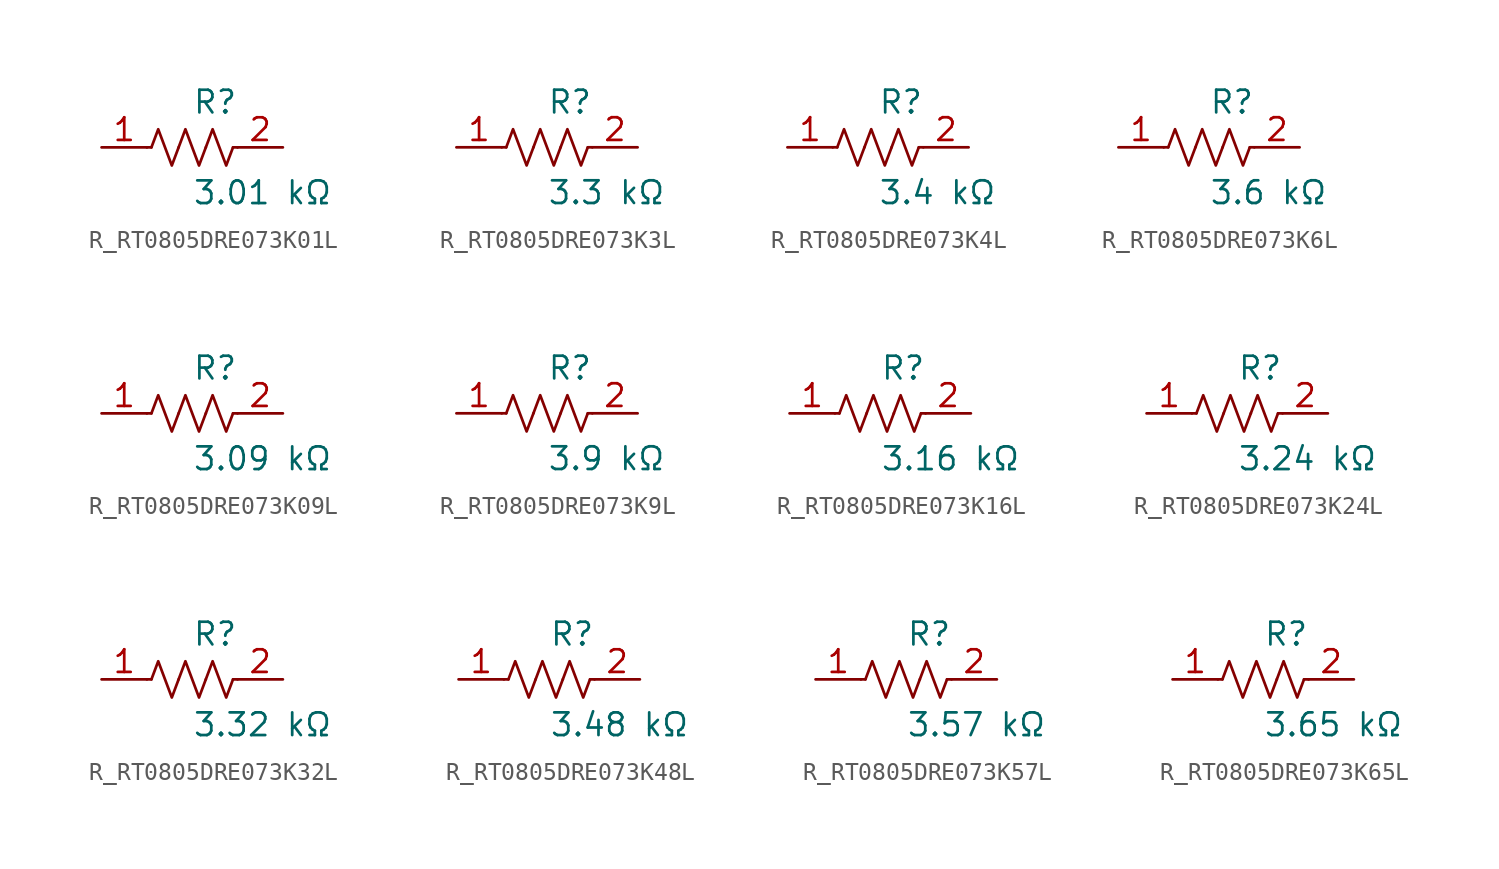
<source format=kicad_sym>
(kicad_symbol_lib
  (version 20231120)
  (generator kicad_symbol_editor)
  (generator_version 8.0)
  (symbol "R_RT0805DRE073K01L"
    (pin_names
      (offset 0.254))
    (property "Reference" "R"
      (at 0 2.54 0)
      (effects (font (size 1.27 1.27)) (justify left)))
    (property "Value" "3.01 kΩ"
      (at 0 -2.54 0)
      (effects (font (size 1.27 1.27)) (justify left)))
    (symbol "R_RT0805DRE073K01L_0_1"
      (polyline (pts (xy 2.286 0) (xy 2.54 0)) (stroke (width 0) (type default)) (fill (type none)))
      (polyline (pts (xy -2.286 0) (xy -2.54 0)) (stroke (width 0) (type default)) (fill (type none)))
      (polyline (pts (xy 0.762 0) (xy 1.143 1.016) (xy 1.524 0) (xy 1.905 -1.016) (xy 2.286 0)) (stroke (width 0) (type default)) (fill (type none)))
      (polyline (pts (xy -0.762 0) (xy -0.381 1.016) (xy 0 0) (xy 0.381 -1.016) (xy 0.762 0)) (stroke (width 0) (type default)) (fill (type none)))
      (polyline (pts (xy -2.286 0) (xy -1.905 1.016) (xy -1.524 0) (xy -1.143 -1.016) (xy -0.762 0)) (stroke (width 0) (type default)) (fill (type none))))
    (pin passive line
      (at -5.08 0 0)
      (length 2.54)
      (name "" (effects (font (size 1.27 1.27))))
      (number "1" (effects (font (size 1.27 1.27)))))
    (pin passive line
      (at 5.08 0 180)
      (length 2.54)
      (name "" (effects (font (size 1.27 1.27))))
      (number "2" (effects (font (size 1.27 1.27))))))
  (symbol "R_RT0805DRE073K3L"
    (pin_names
      (offset 0.254))
    (property "Reference" "R"
      (at 0 2.54 0)
      (effects (font (size 1.27 1.27)) (justify left)))
    (property "Value" "3.3 kΩ"
      (at 0 -2.54 0)
      (effects (font (size 1.27 1.27)) (justify left)))
    (symbol "R_RT0805DRE073K3L_0_1"
      (polyline (pts (xy 2.286 0) (xy 2.54 0)) (stroke (width 0) (type default)) (fill (type none)))
      (polyline (pts (xy -2.286 0) (xy -2.54 0)) (stroke (width 0) (type default)) (fill (type none)))
      (polyline (pts (xy 0.762 0) (xy 1.143 1.016) (xy 1.524 0) (xy 1.905 -1.016) (xy 2.286 0)) (stroke (width 0) (type default)) (fill (type none)))
      (polyline (pts (xy -0.762 0) (xy -0.381 1.016) (xy 0 0) (xy 0.381 -1.016) (xy 0.762 0)) (stroke (width 0) (type default)) (fill (type none)))
      (polyline (pts (xy -2.286 0) (xy -1.905 1.016) (xy -1.524 0) (xy -1.143 -1.016) (xy -0.762 0)) (stroke (width 0) (type default)) (fill (type none))))
    (pin passive line
      (at -5.08 0 0)
      (length 2.54)
      (name "" (effects (font (size 1.27 1.27))))
      (number "1" (effects (font (size 1.27 1.27)))))
    (pin passive line
      (at 5.08 0 180)
      (length 2.54)
      (name "" (effects (font (size 1.27 1.27))))
      (number "2" (effects (font (size 1.27 1.27))))))
  (symbol "R_RT0805DRE073K4L"
    (pin_names
      (offset 0.254))
    (property "Reference" "R"
      (at 0 2.54 0)
      (effects (font (size 1.27 1.27)) (justify left)))
    (property "Value" "3.4 kΩ"
      (at 0 -2.54 0)
      (effects (font (size 1.27 1.27)) (justify left)))
    (symbol "R_RT0805DRE073K4L_0_1"
      (polyline (pts (xy 2.286 0) (xy 2.54 0)) (stroke (width 0) (type default)) (fill (type none)))
      (polyline (pts (xy -2.286 0) (xy -2.54 0)) (stroke (width 0) (type default)) (fill (type none)))
      (polyline (pts (xy 0.762 0) (xy 1.143 1.016) (xy 1.524 0) (xy 1.905 -1.016) (xy 2.286 0)) (stroke (width 0) (type default)) (fill (type none)))
      (polyline (pts (xy -0.762 0) (xy -0.381 1.016) (xy 0 0) (xy 0.381 -1.016) (xy 0.762 0)) (stroke (width 0) (type default)) (fill (type none)))
      (polyline (pts (xy -2.286 0) (xy -1.905 1.016) (xy -1.524 0) (xy -1.143 -1.016) (xy -0.762 0)) (stroke (width 0) (type default)) (fill (type none))))
    (pin passive line
      (at -5.08 0 0)
      (length 2.54)
      (name "" (effects (font (size 1.27 1.27))))
      (number "1" (effects (font (size 1.27 1.27)))))
    (pin passive line
      (at 5.08 0 180)
      (length 2.54)
      (name "" (effects (font (size 1.27 1.27))))
      (number "2" (effects (font (size 1.27 1.27))))))
  (symbol "R_RT0805DRE073K6L"
    (pin_names
      (offset 0.254))
    (property "Reference" "R"
      (at 0 2.54 0)
      (effects (font (size 1.27 1.27)) (justify left)))
    (property "Value" "3.6 kΩ"
      (at 0 -2.54 0)
      (effects (font (size 1.27 1.27)) (justify left)))
    (symbol "R_RT0805DRE073K6L_0_1"
      (polyline (pts (xy 2.286 0) (xy 2.54 0)) (stroke (width 0) (type default)) (fill (type none)))
      (polyline (pts (xy -2.286 0) (xy -2.54 0)) (stroke (width 0) (type default)) (fill (type none)))
      (polyline (pts (xy 0.762 0) (xy 1.143 1.016) (xy 1.524 0) (xy 1.905 -1.016) (xy 2.286 0)) (stroke (width 0) (type default)) (fill (type none)))
      (polyline (pts (xy -0.762 0) (xy -0.381 1.016) (xy 0 0) (xy 0.381 -1.016) (xy 0.762 0)) (stroke (width 0) (type default)) (fill (type none)))
      (polyline (pts (xy -2.286 0) (xy -1.905 1.016) (xy -1.524 0) (xy -1.143 -1.016) (xy -0.762 0)) (stroke (width 0) (type default)) (fill (type none))))
    (pin passive line
      (at -5.08 0 0)
      (length 2.54)
      (name "" (effects (font (size 1.27 1.27))))
      (number "1" (effects (font (size 1.27 1.27)))))
    (pin passive line
      (at 5.08 0 180)
      (length 2.54)
      (name "" (effects (font (size 1.27 1.27))))
      (number "2" (effects (font (size 1.27 1.27))))))
  (symbol "R_RT0805DRE073K09L"
    (pin_names
      (offset 0.254))
    (property "Reference" "R"
      (at 0 2.54 0)
      (effects (font (size 1.27 1.27)) (justify left)))
    (property "Value" "3.09 kΩ"
      (at 0 -2.54 0)
      (effects (font (size 1.27 1.27)) (justify left)))
    (symbol "R_RT0805DRE073K09L_0_1"
      (polyline (pts (xy 2.286 0) (xy 2.54 0)) (stroke (width 0) (type default)) (fill (type none)))
      (polyline (pts (xy -2.286 0) (xy -2.54 0)) (stroke (width 0) (type default)) (fill (type none)))
      (polyline (pts (xy 0.762 0) (xy 1.143 1.016) (xy 1.524 0) (xy 1.905 -1.016) (xy 2.286 0)) (stroke (width 0) (type default)) (fill (type none)))
      (polyline (pts (xy -0.762 0) (xy -0.381 1.016) (xy 0 0) (xy 0.381 -1.016) (xy 0.762 0)) (stroke (width 0) (type default)) (fill (type none)))
      (polyline (pts (xy -2.286 0) (xy -1.905 1.016) (xy -1.524 0) (xy -1.143 -1.016) (xy -0.762 0)) (stroke (width 0) (type default)) (fill (type none))))
    (pin passive line
      (at -5.08 0 0)
      (length 2.54)
      (name "" (effects (font (size 1.27 1.27))))
      (number "1" (effects (font (size 1.27 1.27)))))
    (pin passive line
      (at 5.08 0 180)
      (length 2.54)
      (name "" (effects (font (size 1.27 1.27))))
      (number "2" (effects (font (size 1.27 1.27))))))
  (symbol "R_RT0805DRE073K9L"
    (pin_names
      (offset 0.254))
    (property "Reference" "R"
      (at 0 2.54 0)
      (effects (font (size 1.27 1.27)) (justify left)))
    (property "Value" "3.9 kΩ"
      (at 0 -2.54 0)
      (effects (font (size 1.27 1.27)) (justify left)))
    (symbol "R_RT0805DRE073K9L_0_1"
      (polyline (pts (xy 2.286 0) (xy 2.54 0)) (stroke (width 0) (type default)) (fill (type none)))
      (polyline (pts (xy -2.286 0) (xy -2.54 0)) (stroke (width 0) (type default)) (fill (type none)))
      (polyline (pts (xy 0.762 0) (xy 1.143 1.016) (xy 1.524 0) (xy 1.905 -1.016) (xy 2.286 0)) (stroke (width 0) (type default)) (fill (type none)))
      (polyline (pts (xy -0.762 0) (xy -0.381 1.016) (xy 0 0) (xy 0.381 -1.016) (xy 0.762 0)) (stroke (width 0) (type default)) (fill (type none)))
      (polyline (pts (xy -2.286 0) (xy -1.905 1.016) (xy -1.524 0) (xy -1.143 -1.016) (xy -0.762 0)) (stroke (width 0) (type default)) (fill (type none))))
    (pin passive line
      (at -5.08 0 0)
      (length 2.54)
      (name "" (effects (font (size 1.27 1.27))))
      (number "1" (effects (font (size 1.27 1.27)))))
    (pin passive line
      (at 5.08 0 180)
      (length 2.54)
      (name "" (effects (font (size 1.27 1.27))))
      (number "2" (effects (font (size 1.27 1.27))))))
  (symbol "R_RT0805DRE073K16L"
    (pin_names
      (offset 0.254))
    (property "Reference" "R"
      (at 0 2.54 0)
      (effects (font (size 1.27 1.27)) (justify left)))
    (property "Value" "3.16 kΩ"
      (at 0 -2.54 0)
      (effects (font (size 1.27 1.27)) (justify left)))
    (symbol "R_RT0805DRE073K16L_0_1"
      (polyline (pts (xy 2.286 0) (xy 2.54 0)) (stroke (width 0) (type default)) (fill (type none)))
      (polyline (pts (xy -2.286 0) (xy -2.54 0)) (stroke (width 0) (type default)) (fill (type none)))
      (polyline (pts (xy 0.762 0) (xy 1.143 1.016) (xy 1.524 0) (xy 1.905 -1.016) (xy 2.286 0)) (stroke (width 0) (type default)) (fill (type none)))
      (polyline (pts (xy -0.762 0) (xy -0.381 1.016) (xy 0 0) (xy 0.381 -1.016) (xy 0.762 0)) (stroke (width 0) (type default)) (fill (type none)))
      (polyline (pts (xy -2.286 0) (xy -1.905 1.016) (xy -1.524 0) (xy -1.143 -1.016) (xy -0.762 0)) (stroke (width 0) (type default)) (fill (type none))))
    (pin passive line
      (at -5.08 0 0)
      (length 2.54)
      (name "" (effects (font (size 1.27 1.27))))
      (number "1" (effects (font (size 1.27 1.27)))))
    (pin passive line
      (at 5.08 0 180)
      (length 2.54)
      (name "" (effects (font (size 1.27 1.27))))
      (number "2" (effects (font (size 1.27 1.27))))))
  (symbol "R_RT0805DRE073K24L"
    (pin_names
      (offset 0.254))
    (property "Reference" "R"
      (at 0 2.54 0)
      (effects (font (size 1.27 1.27)) (justify left)))
    (property "Value" "3.24 kΩ"
      (at 0 -2.54 0)
      (effects (font (size 1.27 1.27)) (justify left)))
    (symbol "R_RT0805DRE073K24L_0_1"
      (polyline (pts (xy 2.286 0) (xy 2.54 0)) (stroke (width 0) (type default)) (fill (type none)))
      (polyline (pts (xy -2.286 0) (xy -2.54 0)) (stroke (width 0) (type default)) (fill (type none)))
      (polyline (pts (xy 0.762 0) (xy 1.143 1.016) (xy 1.524 0) (xy 1.905 -1.016) (xy 2.286 0)) (stroke (width 0) (type default)) (fill (type none)))
      (polyline (pts (xy -0.762 0) (xy -0.381 1.016) (xy 0 0) (xy 0.381 -1.016) (xy 0.762 0)) (stroke (width 0) (type default)) (fill (type none)))
      (polyline (pts (xy -2.286 0) (xy -1.905 1.016) (xy -1.524 0) (xy -1.143 -1.016) (xy -0.762 0)) (stroke (width 0) (type default)) (fill (type none))))
    (pin passive line
      (at -5.08 0 0)
      (length 2.54)
      (name "" (effects (font (size 1.27 1.27))))
      (number "1" (effects (font (size 1.27 1.27)))))
    (pin passive line
      (at 5.08 0 180)
      (length 2.54)
      (name "" (effects (font (size 1.27 1.27))))
      (number "2" (effects (font (size 1.27 1.27))))))
  (symbol "R_RT0805DRE073K32L"
    (pin_names
      (offset 0.254))
    (property "Reference" "R"
      (at 0 2.54 0)
      (effects (font (size 1.27 1.27)) (justify left)))
    (property "Value" "3.32 kΩ"
      (at 0 -2.54 0)
      (effects (font (size 1.27 1.27)) (justify left)))
    (symbol "R_RT0805DRE073K32L_0_1"
      (polyline (pts (xy 2.286 0) (xy 2.54 0)) (stroke (width 0) (type default)) (fill (type none)))
      (polyline (pts (xy -2.286 0) (xy -2.54 0)) (stroke (width 0) (type default)) (fill (type none)))
      (polyline (pts (xy 0.762 0) (xy 1.143 1.016) (xy 1.524 0) (xy 1.905 -1.016) (xy 2.286 0)) (stroke (width 0) (type default)) (fill (type none)))
      (polyline (pts (xy -0.762 0) (xy -0.381 1.016) (xy 0 0) (xy 0.381 -1.016) (xy 0.762 0)) (stroke (width 0) (type default)) (fill (type none)))
      (polyline (pts (xy -2.286 0) (xy -1.905 1.016) (xy -1.524 0) (xy -1.143 -1.016) (xy -0.762 0)) (stroke (width 0) (type default)) (fill (type none))))
    (pin passive line
      (at -5.08 0 0)
      (length 2.54)
      (name "" (effects (font (size 1.27 1.27))))
      (number "1" (effects (font (size 1.27 1.27)))))
    (pin passive line
      (at 5.08 0 180)
      (length 2.54)
      (name "" (effects (font (size 1.27 1.27))))
      (number "2" (effects (font (size 1.27 1.27))))))
  (symbol "R_RT0805DRE073K48L"
    (pin_names
      (offset 0.254))
    (property "Reference" "R"
      (at 0 2.54 0)
      (effects (font (size 1.27 1.27)) (justify left)))
    (property "Value" "3.48 kΩ"
      (at 0 -2.54 0)
      (effects (font (size 1.27 1.27)) (justify left)))
    (symbol "R_RT0805DRE073K48L_0_1"
      (polyline (pts (xy 2.286 0) (xy 2.54 0)) (stroke (width 0) (type default)) (fill (type none)))
      (polyline (pts (xy -2.286 0) (xy -2.54 0)) (stroke (width 0) (type default)) (fill (type none)))
      (polyline (pts (xy 0.762 0) (xy 1.143 1.016) (xy 1.524 0) (xy 1.905 -1.016) (xy 2.286 0)) (stroke (width 0) (type default)) (fill (type none)))
      (polyline (pts (xy -0.762 0) (xy -0.381 1.016) (xy 0 0) (xy 0.381 -1.016) (xy 0.762 0)) (stroke (width 0) (type default)) (fill (type none)))
      (polyline (pts (xy -2.286 0) (xy -1.905 1.016) (xy -1.524 0) (xy -1.143 -1.016) (xy -0.762 0)) (stroke (width 0) (type default)) (fill (type none))))
    (pin passive line
      (at -5.08 0 0)
      (length 2.54)
      (name "" (effects (font (size 1.27 1.27))))
      (number "1" (effects (font (size 1.27 1.27)))))
    (pin passive line
      (at 5.08 0 180)
      (length 2.54)
      (name "" (effects (font (size 1.27 1.27))))
      (number "2" (effects (font (size 1.27 1.27))))))
  (symbol "R_RT0805DRE073K57L"
    (pin_names
      (offset 0.254))
    (property "Reference" "R"
      (at 0 2.54 0)
      (effects (font (size 1.27 1.27)) (justify left)))
    (property "Value" "3.57 kΩ"
      (at 0 -2.54 0)
      (effects (font (size 1.27 1.27)) (justify left)))
    (symbol "R_RT0805DRE073K57L_0_1"
      (polyline (pts (xy 2.286 0) (xy 2.54 0)) (stroke (width 0) (type default)) (fill (type none)))
      (polyline (pts (xy -2.286 0) (xy -2.54 0)) (stroke (width 0) (type default)) (fill (type none)))
      (polyline (pts (xy 0.762 0) (xy 1.143 1.016) (xy 1.524 0) (xy 1.905 -1.016) (xy 2.286 0)) (stroke (width 0) (type default)) (fill (type none)))
      (polyline (pts (xy -0.762 0) (xy -0.381 1.016) (xy 0 0) (xy 0.381 -1.016) (xy 0.762 0)) (stroke (width 0) (type default)) (fill (type none)))
      (polyline (pts (xy -2.286 0) (xy -1.905 1.016) (xy -1.524 0) (xy -1.143 -1.016) (xy -0.762 0)) (stroke (width 0) (type default)) (fill (type none))))
    (pin passive line
      (at -5.08 0 0)
      (length 2.54)
      (name "" (effects (font (size 1.27 1.27))))
      (number "1" (effects (font (size 1.27 1.27)))))
    (pin passive line
      (at 5.08 0 180)
      (length 2.54)
      (name "" (effects (font (size 1.27 1.27))))
      (number "2" (effects (font (size 1.27 1.27))))))
  (symbol "R_RT0805DRE073K65L"
    (pin_names
      (offset 0.254))
    (property "Reference" "R"
      (at 0 2.54 0)
      (effects (font (size 1.27 1.27)) (justify left)))
    (property "Value" "3.65 kΩ"
      (at 0 -2.54 0)
      (effects (font (size 1.27 1.27)) (justify left)))
    (symbol "R_RT0805DRE073K65L_0_1"
      (polyline (pts (xy 2.286 0) (xy 2.54 0)) (stroke (width 0) (type default)) (fill (type none)))
      (polyline (pts (xy -2.286 0) (xy -2.54 0)) (stroke (width 0) (type default)) (fill (type none)))
      (polyline (pts (xy 0.762 0) (xy 1.143 1.016) (xy 1.524 0) (xy 1.905 -1.016) (xy 2.286 0)) (stroke (width 0) (type default)) (fill (type none)))
      (polyline (pts (xy -0.762 0) (xy -0.381 1.016) (xy 0 0) (xy 0.381 -1.016) (xy 0.762 0)) (stroke (width 0) (type default)) (fill (type none)))
      (polyline (pts (xy -2.286 0) (xy -1.905 1.016) (xy -1.524 0) (xy -1.143 -1.016) (xy -0.762 0)) (stroke (width 0) (type default)) (fill (type none))))
    (pin passive line
      (at -5.08 0 0)
      (length 2.54)
      (name "" (effects (font (size 1.27 1.27))))
      (number "1" (effects (font (size 1.27 1.27)))))
    (pin passive line
      (at 5.08 0 180)
      (length 2.54)
      (name "" (effects (font (size 1.27 1.27))))
      (number "2" (effects (font (size 1.27 1.27)))))))
</source>
